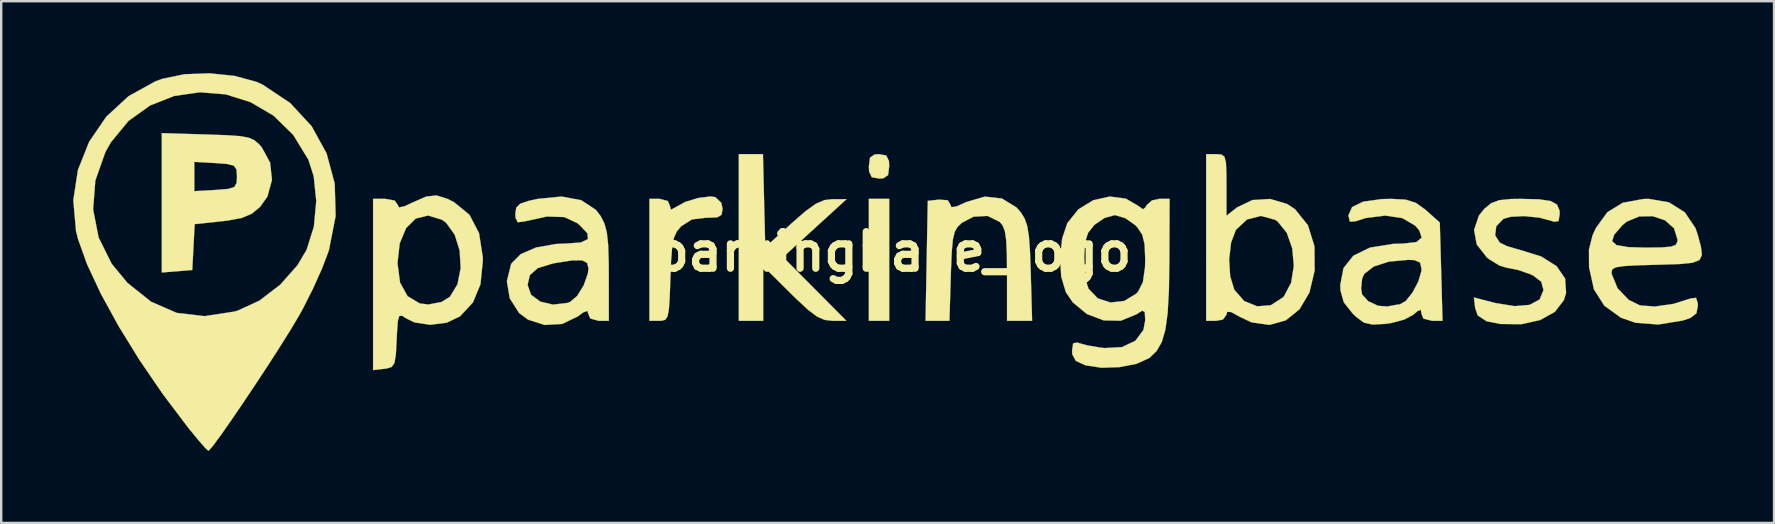
<source format=kicad_pcb>
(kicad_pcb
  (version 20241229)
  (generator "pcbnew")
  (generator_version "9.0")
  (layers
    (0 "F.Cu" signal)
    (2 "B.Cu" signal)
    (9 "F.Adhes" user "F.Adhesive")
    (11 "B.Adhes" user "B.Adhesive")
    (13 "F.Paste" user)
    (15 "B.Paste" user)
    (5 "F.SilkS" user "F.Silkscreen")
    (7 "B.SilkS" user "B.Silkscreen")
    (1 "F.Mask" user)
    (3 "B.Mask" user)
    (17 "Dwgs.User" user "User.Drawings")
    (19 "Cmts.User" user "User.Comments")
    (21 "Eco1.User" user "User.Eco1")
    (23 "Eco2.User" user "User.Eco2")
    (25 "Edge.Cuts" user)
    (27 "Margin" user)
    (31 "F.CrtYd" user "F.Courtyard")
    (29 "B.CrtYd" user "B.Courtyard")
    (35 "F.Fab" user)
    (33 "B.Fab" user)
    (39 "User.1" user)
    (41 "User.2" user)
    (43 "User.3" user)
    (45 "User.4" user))
  (footprint "parkingbase_logo"
    (layer "F.Cu")
    (at 34.172 7.438)
    (property "Reference" "parkingbase_logo" (at 0 0 0) (layer "F.SilkS") (effects (font (size 1.524 1.524) (thickness 0.3))))
    (attr through_hole)
    (fp_poly (pts (xy -0.169 2.879) (xy -1.016 2.879) (xy -1.016 -2.201) (xy -0.169 -2.201) (xy -0.169 2.879)) (stroke (width 0.01) (type solid)) (fill yes) (layer "F.SilkS"))
    (fp_poly (pts (xy -0.29 -4.009) (xy -0.179 -3.777) (xy -0.169 -3.556) (xy -0.215 -3.193) (xy -0.409 -3.06) (xy -0.593 -3.048) (xy -0.895 -3.103) (xy -1.006 -3.335) (xy -1.016 -3.556) (xy -0.97 -3.919) (xy -0.777 -4.052) (xy -0.593 -4.064) (xy -0.29 -4.009)) (stroke (width 0.01) (type solid)) (fill yes) (layer "F.SilkS"))
    (fp_poly (pts (xy -5.382 -2.124) (xy -5.334 -0.184) (xy -4.233 -1.185) (xy -3.649 -1.694) (xy -3.218 -2.001) (xy -2.867 -2.15) (xy -2.54 -2.188) (xy -1.947 -2.189) (xy -3.27 -0.981) (xy -4.592 0.226) (xy -3.274 1.552) (xy -1.955 2.879) (xy -2.54 2.879) (xy -2.857 2.843) (xy -3.171 2.706) (xy -3.549 2.422) (xy -4.062 1.947) (xy -4.271 1.74) (xy -5.419 0.602) (xy -5.419 2.879) (xy -6.435 2.879) (xy -6.435 -4.064) (xy -5.429 -4.064) (xy -5.382 -2.124)) (stroke (width 0.01) (type solid)) (fill yes) (layer "F.SilkS"))
    (fp_poly (pts (xy -7.412 -2.274) (xy -7.168 -2.041) (xy -7.112 -1.788) (xy -7.153 -1.537) (xy -7.338 -1.43) (xy -7.762 -1.415) (xy -7.788 -1.416) (xy -8.39 -1.345) (xy -8.835 -1.062) (xy -8.846 -1.051) (xy -9.021 -0.841) (xy -9.138 -0.581) (xy -9.212 -0.195) (xy -9.258 0.39) (xy -9.286 1.105) (xy -9.315 1.895) (xy -9.35 2.407) (xy -9.407 2.701) (xy -9.501 2.837) (xy -9.649 2.877) (xy -9.752 2.879) (xy -10.16 2.879) (xy -10.16 -2.201) (xy -9.737 -2.201) (xy -9.39 -2.108) (xy -9.313 -1.927) (xy -9.263 -1.748) (xy -9.076 -1.849) (xy -8.665 -2.075) (xy -8.124 -2.239) (xy -7.619 -2.301) (xy -7.412 -2.274)) (stroke (width 0.01) (type solid)) (fill yes) (layer "F.SilkS"))
    (fp_poly (pts (xy -28.602 -4.883) (xy -27.779 -4.854) (xy -27.222 -4.816) (xy -26.859 -4.751) (xy -26.618 -4.643) (xy -26.427 -4.476) (xy -26.316 -4.351) (xy -25.967 -3.71) (xy -25.889 -2.989) (xy -26.079 -2.295) (xy -26.386 -1.866) (xy -26.733 -1.582) (xy -27.146 -1.407) (xy -27.743 -1.296) (xy -27.987 -1.268) (xy -29.11 -1.148) (xy -29.16 -0.193) (xy -29.21 0.762) (xy -30.48 0.867) (xy -30.48 -2.522) (xy -29.125 -2.522) (xy -28.236 -2.573) (xy -27.719 -2.614) (xy -27.456 -2.695) (xy -27.36 -2.869) (xy -27.347 -3.133) (xy -27.367 -3.429) (xy -27.481 -3.587) (xy -27.777 -3.658) (xy -28.236 -3.692) (xy -29.125 -3.743) (xy -29.125 -2.522) (xy -30.48 -2.522) (xy -30.48 -4.941) (xy -28.602 -4.883)) (stroke (width 0.01) (type solid)) (fill yes) (layer "F.SilkS"))
    (fp_poly (pts (xy 4.528 -2.216) (xy 5.134 -1.846) (xy 5.318 -1.637) (xy 5.474 -1.384) (xy 5.582 -1.074) (xy 5.653 -0.634) (xy 5.699 0.006) (xy 5.729 0.858) (xy 5.786 2.879) (xy 4.741 2.879) (xy 4.741 0.958) (xy 4.734 0.099) (xy 4.706 -0.486) (xy 4.649 -0.865) (xy 4.552 -1.103) (xy 4.432 -1.244) (xy 3.928 -1.491) (xy 3.346 -1.459) (xy 2.855 -1.201) (xy 2.679 -1.033) (xy 2.56 -0.824) (xy 2.484 -0.504) (xy 2.438 -0.003) (xy 2.406 0.749) (xy 2.398 1.001) (xy 2.341 2.879) (xy 1.346 2.879) (xy 1.392 0.381) (xy 1.439 -2.117) (xy 1.905 -2.17) (xy 2.274 -2.143) (xy 2.371 -1.98) (xy 2.427 -1.855) (xy 2.641 -1.887) (xy 3.047 -2.07) (xy 3.812 -2.295) (xy 4.528 -2.216)) (stroke (width 0.01) (type solid)) (fill yes) (layer "F.SilkS"))
    (fp_poly (pts (xy 13.677 -4.048) (xy 13.803 -3.954) (xy 13.864 -3.71) (xy 13.884 -3.246) (xy 13.885 -2.782) (xy 13.885 -1.499) (xy 14.332 -1.85) (xy 14.969 -2.153) (xy 15.701 -2.198) (xy 16.408 -1.991) (xy 16.74 -1.772) (xy 17.279 -1.103) (xy 17.551 -0.229) (xy 17.56 0.785) (xy 17.342 1.702) (xy 16.927 2.403) (xy 16.358 2.861) (xy 15.678 3.051) (xy 14.93 2.945) (xy 14.436 2.711) (xy 14.074 2.514) (xy 13.914 2.508) (xy 13.885 2.627) (xy 13.738 2.829) (xy 13.462 2.879) (xy 13.039 2.879) (xy 13.039 0.317) (xy 13.996 0.317) (xy 14.04 1.023) (xy 14.211 1.584) (xy 14.624 2.057) (xy 15.164 2.276) (xy 15.734 2.23) (xy 16.239 1.905) (xy 16.284 1.855) (xy 16.581 1.288) (xy 16.691 0.589) (xy 16.627 -0.137) (xy 16.399 -0.787) (xy 16.021 -1.256) (xy 15.906 -1.332) (xy 15.315 -1.49) (xy 14.742 -1.343) (xy 14.283 -0.915) (xy 14.278 -0.909) (xy 14.077 -0.378) (xy 13.996 0.317) (xy 13.039 0.317) (xy 13.039 -4.064) (xy 13.462 -4.064) (xy 13.677 -4.048)) (stroke (width 0.01) (type solid)) (fill yes) (layer "F.SilkS"))
    (fp_poly (pts (xy -18.57 -2.199) (xy -18.298 -2.061) (xy -17.658 -1.536) (xy -17.261 -0.774) (xy -17.105 0.223) (xy -17.103 0.387) (xy -17.201 1.361) (xy -17.514 2.113) (xy -18.053 2.694) (xy -18.614 2.96) (xy -19.299 3.046) (xy -19.953 2.946) (xy -20.274 2.79) (xy -20.47 2.667) (xy -20.584 2.68) (xy -20.644 2.887) (xy -20.678 3.346) (xy -20.693 3.679) (xy -20.727 4.287) (xy -20.785 4.635) (xy -20.899 4.802) (xy -21.105 4.866) (xy -21.209 4.88) (xy -21.675 4.933) (xy -21.675 0.477) (xy -20.659 0.477) (xy -20.552 1.287) (xy -20.24 1.853) (xy -19.739 2.155) (xy -19.376 2.201) (xy -18.822 2.095) (xy -18.475 1.881) (xy -18.158 1.357) (xy -18.026 0.681) (xy -18.068 -0.042) (xy -18.273 -0.705) (xy -18.631 -1.205) (xy -18.808 -1.332) (xy -19.388 -1.508) (xy -19.897 -1.381) (xy -20.301 -0.982) (xy -20.566 -0.345) (xy -20.659 0.477) (xy -21.675 0.477) (xy -21.675 -2.201) (xy -21.167 -2.201) (xy -20.774 -2.131) (xy -20.659 -1.966) (xy -20.596 -1.845) (xy -20.365 -1.893) (xy -20.03 -2.05) (xy -19.469 -2.296) (xy -19.032 -2.345) (xy -18.57 -2.199)) (stroke (width 0.01) (type solid)) (fill yes) (layer "F.SilkS"))
    (fp_poly (pts (xy 26.906 -2.183) (xy 27.393 -2.111) (xy 27.659 -1.965) (xy 27.762 -1.721) (xy 27.771 -1.572) (xy 27.724 -1.275) (xy 27.542 -1.246) (xy 27.474 -1.271) (xy 26.923 -1.419) (xy 26.29 -1.483) (xy 25.721 -1.454) (xy 25.425 -1.368) (xy 25.128 -1.063) (xy 25.082 -0.68) (xy 25.273 -0.379) (xy 25.576 -0.23) (xy 26.031 -0.096) (xy 26.077 -0.086) (xy 26.998 0.198) (xy 27.643 0.605) (xy 27.995 1.116) (xy 28.038 1.712) (xy 27.945 2.02) (xy 27.571 2.506) (xy 26.957 2.847) (xy 26.175 3.022) (xy 25.301 3.012) (xy 24.723 2.897) (xy 24.356 2.658) (xy 24.248 2.344) (xy 24.197 1.908) (xy 25.091 2.14) (xy 25.891 2.269) (xy 26.521 2.215) (xy 26.936 1.99) (xy 27.093 1.606) (xy 27.093 1.587) (xy 27.002 1.25) (xy 26.676 1) (xy 26.506 0.923) (xy 26.025 0.758) (xy 25.624 0.679) (xy 25.588 0.677) (xy 25.249 0.573) (xy 24.829 0.313) (xy 24.736 0.239) (xy 24.314 -0.301) (xy 24.203 -0.906) (xy 24.404 -1.504) (xy 24.63 -1.786) (xy 24.915 -2.02) (xy 25.248 -2.146) (xy 25.742 -2.196) (xy 26.14 -2.201) (xy 26.906 -2.183)) (stroke (width 0.01) (type solid)) (fill yes) (layer "F.SilkS"))
    (fp_poly (pts (xy 32.32 -2.058) (xy 32.983 -1.643) (xy 33.427 -0.985) (xy 33.522 -0.709) (xy 33.657 -0.205) (xy 33.697 0.135) (xy 33.597 0.346) (xy 33.308 0.461) (xy 32.784 0.514) (xy 31.977 0.54) (xy 31.792 0.545) (xy 30.968 0.569) (xy 30.425 0.601) (xy 30.109 0.651) (xy 29.963 0.732) (xy 29.931 0.855) (xy 29.939 0.931) (xy 30.182 1.525) (xy 30.649 2.01) (xy 31.119 2.239) (xy 31.738 2.285) (xy 32.5 2.177) (xy 33.232 1.949) (xy 33.452 1.923) (xy 33.525 2.149) (xy 33.528 2.26) (xy 33.467 2.568) (xy 33.222 2.759) (xy 32.893 2.87) (xy 31.876 3.034) (xy 30.932 2.962) (xy 30.323 2.751) (xy 29.63 2.251) (xy 29.197 1.568) (xy 28.997 0.66) (xy 28.994 0.629) (xy 28.99 -0.088) (xy 29.079 -0.44) (xy 29.955 -0.44) (xy 30.142 -0.273) (xy 30.627 -0.19) (xy 31.327 -0.169) (xy 32.002 -0.177) (xy 32.407 -0.21) (xy 32.609 -0.285) (xy 32.677 -0.42) (xy 32.681 -0.501) (xy 32.537 -0.972) (xy 32.162 -1.306) (xy 31.648 -1.479) (xy 31.083 -1.469) (xy 30.558 -1.251) (xy 30.388 -1.108) (xy 30.043 -0.712) (xy 29.955 -0.44) (xy 29.079 -0.44) (xy 29.14 -0.682) (xy 29.278 -0.983) (xy 29.754 -1.643) (xy 30.398 -2.039) (xy 31.253 -2.196) (xy 31.475 -2.201) (xy 32.32 -2.058)) (stroke (width 0.01) (type solid)) (fill yes) (layer "F.SilkS"))
    (fp_poly (pts (xy -13.002 -2.145) (xy -12.393 -1.745) (xy -12.185 -1.473) (xy -12.034 -1.171) (xy -11.936 -0.806) (xy -11.881 -0.302) (xy -11.857 0.42) (xy -11.854 0.974) (xy -11.853 2.879) (xy -12.277 2.879) (xy -12.621 2.787) (xy -12.7 2.612) (xy -12.743 2.466) (xy -12.919 2.529) (xy -13.146 2.697) (xy -13.797 3.011) (xy -14.527 3.053) (xy -15.22 2.831) (xy -15.592 2.553) (xy -15.982 1.942) (xy -16.074 1.385) (xy -15.237 1.385) (xy -15.093 1.794) (xy -14.71 2.08) (xy -14.178 2.205) (xy -13.585 2.136) (xy -13.47 2.096) (xy -13.171 1.843) (xy -12.897 1.398) (xy -12.724 0.902) (xy -12.7 0.686) (xy -12.758 0.465) (xy -12.968 0.36) (xy -13.386 0.364) (xy -14.066 0.47) (xy -14.202 0.496) (xy -14.814 0.684) (xy -15.143 0.976) (xy -15.237 1.385) (xy -16.074 1.385) (xy -16.1 1.228) (xy -15.927 0.528) (xy -15.904 0.483) (xy -15.524 0.102) (xy -14.886 -0.174) (xy -14.061 -0.321) (xy -13.637 -0.339) (xy -13.018 -0.384) (xy -12.722 -0.526) (xy -12.746 -0.77) (xy -13.085 -1.124) (xy -13.166 -1.19) (xy -13.708 -1.443) (xy -14.427 -1.467) (xy -15.36 -1.263) (xy -15.367 -1.261) (xy -15.648 -1.226) (xy -15.742 -1.417) (xy -15.748 -1.577) (xy -15.712 -1.833) (xy -15.551 -1.996) (xy -15.184 -2.12) (xy -14.828 -2.199) (xy -13.821 -2.298) (xy -13.002 -2.145)) (stroke (width 0.01) (type solid)) (fill yes) (layer "F.SilkS"))
    (fp_poly (pts (xy 21.354 -2.169) (xy 21.775 -2.037) (xy 22.169 -1.755) (xy 22.222 -1.708) (xy 22.775 -1.214) (xy 22.832 0.832) (xy 22.888 2.879) (xy 22.451 2.879) (xy 22.095 2.79) (xy 22.013 2.598) (xy 21.985 2.421) (xy 21.847 2.475) (xy 21.676 2.623) (xy 21.296 2.828) (xy 20.737 2.976) (xy 20.499 3.009) (xy 19.965 3.036) (xy 19.613 2.955) (xy 19.291 2.718) (xy 19.142 2.574) (xy 18.774 2.109) (xy 18.635 1.613) (xy 18.632 1.531) (xy 19.497 1.531) (xy 19.536 1.782) (xy 19.789 2.061) (xy 20.203 2.255) (xy 20.602 2.284) (xy 20.63 2.275) (xy 21.013 2.205) (xy 21.098 2.201) (xy 21.353 2.058) (xy 21.636 1.704) (xy 21.877 1.252) (xy 22.006 0.816) (xy 22.013 0.72) (xy 21.955 0.453) (xy 21.716 0.351) (xy 21.463 0.34) (xy 20.655 0.414) (xy 20.023 0.617) (xy 19.629 0.925) (xy 19.541 1.108) (xy 19.497 1.531) (xy 18.632 1.531) (xy 18.627 1.391) (xy 18.762 0.685) (xy 19.173 0.166) (xy 19.861 -0.17) (xy 20.833 -0.326) (xy 21.273 -0.339) (xy 21.802 -0.401) (xy 22.019 -0.586) (xy 21.92 -0.89) (xy 21.747 -1.088) (xy 21.217 -1.398) (xy 20.501 -1.505) (xy 19.693 -1.405) (xy 19.262 -1.266) (xy 19.03 -1.251) (xy 18.965 -1.505) (xy 18.965 -1.51) (xy 19.119 -1.858) (xy 19.582 -2.085) (xy 20.357 -2.192) (xy 20.752 -2.201) (xy 21.354 -2.169)) (stroke (width 0.01) (type solid)) (fill yes) (layer "F.SilkS"))
    (fp_poly (pts (xy -27.445 -7.325) (xy -26.537 -7.078) (xy -26.281 -6.963) (xy -25.131 -6.196) (xy -24.236 -5.228) (xy -23.613 -4.096) (xy -23.274 -2.837) (xy -23.236 -1.487) (xy -23.511 -0.083) (xy -23.537 0.000248) (xy -23.804 0.703) (xy -24.183 1.546) (xy -24.607 2.386) (xy -24.766 2.671) (xy -25.095 3.223) (xy -25.524 3.91) (xy -26.02 4.683) (xy -26.55 5.49) (xy -27.079 6.281) (xy -27.573 7.006) (xy -27.999 7.614) (xy -28.323 8.056) (xy -28.511 8.28) (xy -28.538 8.297) (xy -28.672 8.175) (xy -28.955 7.851) (xy -29.332 7.393) (xy -29.387 7.324) (xy -30.438 5.933) (xy -31.414 4.506) (xy -32.284 3.095) (xy -33.02 1.752) (xy -33.592 0.529) (xy -33.969 -0.522) (xy -34.055 -0.861) (xy -34.134 -1.761) (xy -33.342 -1.761) (xy -33.113 -0.592) (xy -32.569 0.503) (xy -31.916 1.295) (xy -30.923 2.088) (xy -29.854 2.551) (xy -28.701 2.686) (xy -27.456 2.495) (xy -27.318 2.456) (xy -26.412 2.039) (xy -25.548 1.378) (xy -24.825 0.563) (xy -24.446 -0.078) (xy -24.142 -1.044) (xy -24.043 -2.113) (xy -24.151 -3.152) (xy -24.371 -3.833) (xy -25.002 -4.866) (xy -25.82 -5.666) (xy -26.775 -6.229) (xy -27.817 -6.556) (xy -28.896 -6.643) (xy -29.964 -6.489) (xy -30.97 -6.092) (xy -31.866 -5.451) (xy -32.6 -4.562) (xy -32.83 -4.154) (xy -33.25 -2.962) (xy -33.342 -1.761) (xy -34.134 -1.761) (xy -34.167 -2.147) (xy -33.975 -3.405) (xy -33.507 -4.581) (xy -32.794 -5.624) (xy -31.865 -6.48) (xy -30.75 -7.097) (xy -30.463 -7.202) (xy -29.539 -7.394) (xy -28.489 -7.433) (xy -27.445 -7.325)) (stroke (width 0.01) (type solid)) (fill yes) (layer "F.SilkS"))
    (fp_poly (pts (xy 9.689 -2.212) (xy 10.181 -1.926) (xy 10.407 -1.767) (xy 10.526 -1.866) (xy 10.557 -1.94) (xy 10.785 -2.139) (xy 11.086 -2.201) (xy 11.515 -2.201) (xy 11.505 0.381) (xy 11.487 1.611) (xy 11.435 2.552) (xy 11.339 3.254) (xy 11.189 3.766) (xy 10.975 4.137) (xy 10.687 4.417) (xy 10.666 4.432) (xy 10.144 4.67) (xy 9.434 4.81) (xy 8.675 4.836) (xy 8.008 4.733) (xy 8.001 4.731) (xy 7.607 4.55) (xy 7.46 4.275) (xy 7.451 4.126) (xy 7.495 3.821) (xy 7.667 3.783) (xy 7.747 3.812) (xy 8.095 3.906) (xy 8.611 3.993) (xy 8.805 4.016) (xy 9.532 3.976) (xy 10.09 3.711) (xy 10.426 3.26) (xy 10.499 2.857) (xy 10.481 2.515) (xy 10.372 2.459) (xy 10.122 2.615) (xy 9.477 2.877) (xy 8.766 2.862) (xy 8.073 2.599) (xy 7.483 2.114) (xy 7.193 1.687) (xy 7 1.046) (xy 6.95 0.257) (xy 7.959 0.257) (xy 7.99 0.851) (xy 8.071 1.346) (xy 8.139 1.545) (xy 8.523 1.945) (xy 9.055 2.117) (xy 9.626 2.053) (xy 10.129 1.747) (xy 10.202 1.667) (xy 10.403 1.269) (xy 10.491 0.644) (xy 10.499 0.312) (xy 10.474 -0.305) (xy 10.376 -0.708) (xy 10.17 -1.017) (xy 10.083 -1.108) (xy 9.67 -1.397) (xy 9.244 -1.524) (xy 9.229 -1.524) (xy 8.806 -1.407) (xy 8.389 -1.123) (xy 8.374 -1.108) (xy 8.121 -0.789) (xy 7.996 -0.404) (xy 7.959 0.173) (xy 7.959 0.257) (xy 6.95 0.257) (xy 6.95 0.249) (xy 7.039 -0.553) (xy 7.253 -1.188) (xy 7.714 -1.765) (xy 8.332 -2.143) (xy 9.02 -2.299) (xy 9.689 -2.212)) (stroke (width 0.01) (type solid)) (fill yes) (layer "F.SilkS")))
  (gr_rect
    (start -3 -3)
    (end 70.875 18.74)
    (stroke (width 0.1) (type default))
    (fill no)
    (layer "Edge.Cuts")))
</source>
